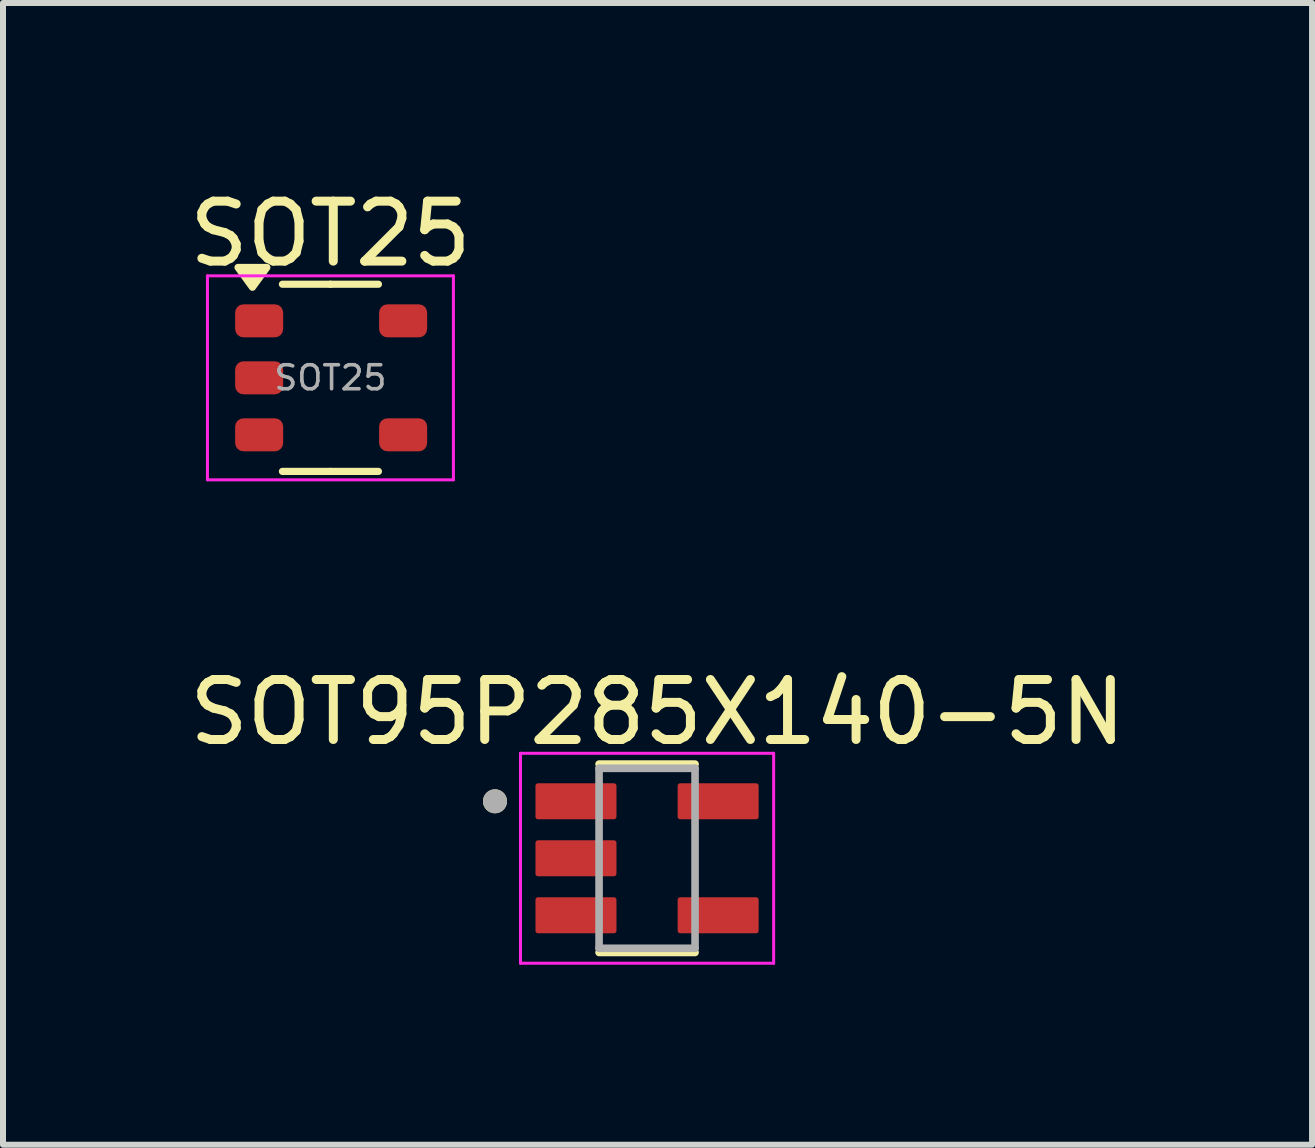
<source format=kicad_pcb>
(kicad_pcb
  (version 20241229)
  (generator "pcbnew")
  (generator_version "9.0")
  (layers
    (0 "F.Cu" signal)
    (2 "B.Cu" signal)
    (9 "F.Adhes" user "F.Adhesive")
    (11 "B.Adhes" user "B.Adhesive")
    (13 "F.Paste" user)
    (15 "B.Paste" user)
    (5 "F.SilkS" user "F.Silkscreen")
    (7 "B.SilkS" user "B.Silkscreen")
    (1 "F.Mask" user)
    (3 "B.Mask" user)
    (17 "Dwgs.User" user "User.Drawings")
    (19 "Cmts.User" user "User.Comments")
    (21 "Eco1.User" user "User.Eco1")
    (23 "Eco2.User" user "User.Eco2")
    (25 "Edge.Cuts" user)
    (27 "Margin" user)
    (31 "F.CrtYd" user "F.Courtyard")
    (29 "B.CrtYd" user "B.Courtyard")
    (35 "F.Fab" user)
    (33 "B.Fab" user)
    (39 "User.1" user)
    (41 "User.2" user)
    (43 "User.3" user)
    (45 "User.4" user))
  (footprint "SOT25"
    (layer "F.Cu")
    (at 2.458 3.248)
    (property "Reference" "SOT25" (at 0 -2.4 0) (layer "F.SilkS") (effects (font (size 1 1) (thickness 0.15))))
    (attr smd)
    (fp_line (start 0 -1.56) (end -0.8 -1.56) (stroke (width 0.12) (type solid)) (layer "F.SilkS"))
    (fp_line (start 0 -1.56) (end 0.8 -1.56) (stroke (width 0.12) (type solid)) (layer "F.SilkS"))
    (fp_line (start 0 1.56) (end -0.8 1.56) (stroke (width 0.12) (type solid)) (layer "F.SilkS"))
    (fp_line (start 0 1.56) (end 0.8 1.56) (stroke (width 0.12) (type solid)) (layer "F.SilkS"))
    (fp_poly (pts (xy -1.3 -1.51) (xy -1.54 -1.84) (xy -1.06 -1.84) (xy -1.3 -1.51)) (stroke (width 0.12) (type solid)) (fill yes) (layer "F.SilkS"))
    (fp_line (start -2.05 -1.7) (end -2.05 1.7) (stroke (width 0.05) (type solid)) (layer "F.CrtYd"))
    (fp_line (start -2.05 1.7) (end 2.05 1.7) (stroke (width 0.05) (type solid)) (layer "F.CrtYd"))
    (fp_line (start 2.05 -1.7) (end -2.05 -1.7) (stroke (width 0.05) (type solid)) (layer "F.CrtYd"))
    (fp_line (start 2.05 1.7) (end 2.05 -1.7) (stroke (width 0.05) (type solid)) (layer "F.CrtYd"))
    (fp_text user "${REFERENCE}" (at 0 0 0) (layer "F.Fab") (effects (font (size 0.4 0.4) (thickness 0.06))))
    (pad "1" smd roundrect (at -1.188 -0.95) (size 0.8 0.55) (layers "F.Cu" "F.Mask" "F.Paste") (roundrect_rratio 0.25))
    (pad "2" smd roundrect (at -1.188 0) (size 0.8 0.55) (layers "F.Cu" "F.Mask" "F.Paste") (roundrect_rratio 0.25))
    (pad "3" smd roundrect (at -1.188 0.95) (size 0.8 0.55) (layers "F.Cu" "F.Mask" "F.Paste") (roundrect_rratio 0.25))
    (pad "4" smd roundrect (at 1.212 0.95) (size 0.8 0.55) (layers "F.Cu" "F.Mask" "F.Paste") (roundrect_rratio 0.25))
    (pad "5" smd roundrect (at 1.212 -0.95) (size 0.8 0.55) (layers "F.Cu" "F.Mask" "F.Paste") (roundrect_rratio 0.25)))
  (footprint "SOT95P285X140-5N"
    (layer "F.Cu")
    (at 7.736 11.257)
    (property "Reference" "SOT95P285X140-5N" (at 0.175 -2.435 0) (layer "F.SilkS") (effects (font (size 1 1) (thickness 0.15))))
    (attr smd)
    (fp_line (start -0.8 -1.57) (end 0.8 -1.57) (stroke (width 0.127) (type solid)) (layer "F.SilkS"))
    (fp_line (start -0.8 1.57) (end 0.8 1.57) (stroke (width 0.127) (type solid)) (layer "F.SilkS"))
    (fp_circle (center -2.535 -0.95) (end -2.435 -0.95) (stroke (width 0.2) (type solid)) (fill no) (layer "F.SilkS"))
    (fp_line (start -2.11 -1.75) (end -2.11 1.75) (stroke (width 0.05) (type solid)) (layer "F.CrtYd"))
    (fp_line (start -2.11 -1.75) (end 2.11 -1.75) (stroke (width 0.05) (type solid)) (layer "F.CrtYd"))
    (fp_line (start -2.11 1.75) (end 2.11 1.75) (stroke (width 0.05) (type solid)) (layer "F.CrtYd"))
    (fp_line (start 2.11 -1.75) (end 2.11 1.75) (stroke (width 0.05) (type solid)) (layer "F.CrtYd"))
    (fp_line (start -0.8 -1.5) (end -0.8 1.5) (stroke (width 0.127) (type solid)) (layer "F.Fab"))
    (fp_line (start -0.8 -1.5) (end 0.8 -1.5) (stroke (width 0.127) (type solid)) (layer "F.Fab"))
    (fp_line (start -0.8 1.5) (end 0.8 1.5) (stroke (width 0.127) (type solid)) (layer "F.Fab"))
    (fp_line (start 0.8 -1.5) (end 0.8 1.5) (stroke (width 0.127) (type solid)) (layer "F.Fab"))
    (fp_circle (center -2.535 -0.95) (end -2.435 -0.95) (stroke (width 0.2) (type solid)) (fill no) (layer "F.Fab"))
    (pad "1" smd roundrect (at -1.185 -0.95) (size 1.35 0.6) (layers "F.Cu" "F.Mask" "F.Paste") (roundrect_rratio 0.07))
    (pad "2" smd roundrect (at -1.185 0) (size 1.35 0.6) (layers "F.Cu" "F.Mask" "F.Paste") (roundrect_rratio 0.07))
    (pad "3" smd roundrect (at -1.185 0.95) (size 1.35 0.6) (layers "F.Cu" "F.Mask" "F.Paste") (roundrect_rratio 0.07))
    (pad "4" smd roundrect (at 1.185 0.95) (size 1.35 0.6) (layers "F.Cu" "F.Mask" "F.Paste") (roundrect_rratio 0.07))
    (pad "5" smd roundrect (at 1.185 -0.95) (size 1.35 0.6) (layers "F.Cu" "F.Mask" "F.Paste") (roundrect_rratio 0.07)))
  (gr_rect
    (start -3 -3)
    (end 18.821 16.032)
    (stroke (width 0.1) (type default))
    (fill no)
    (layer "Edge.Cuts")))
</source>
